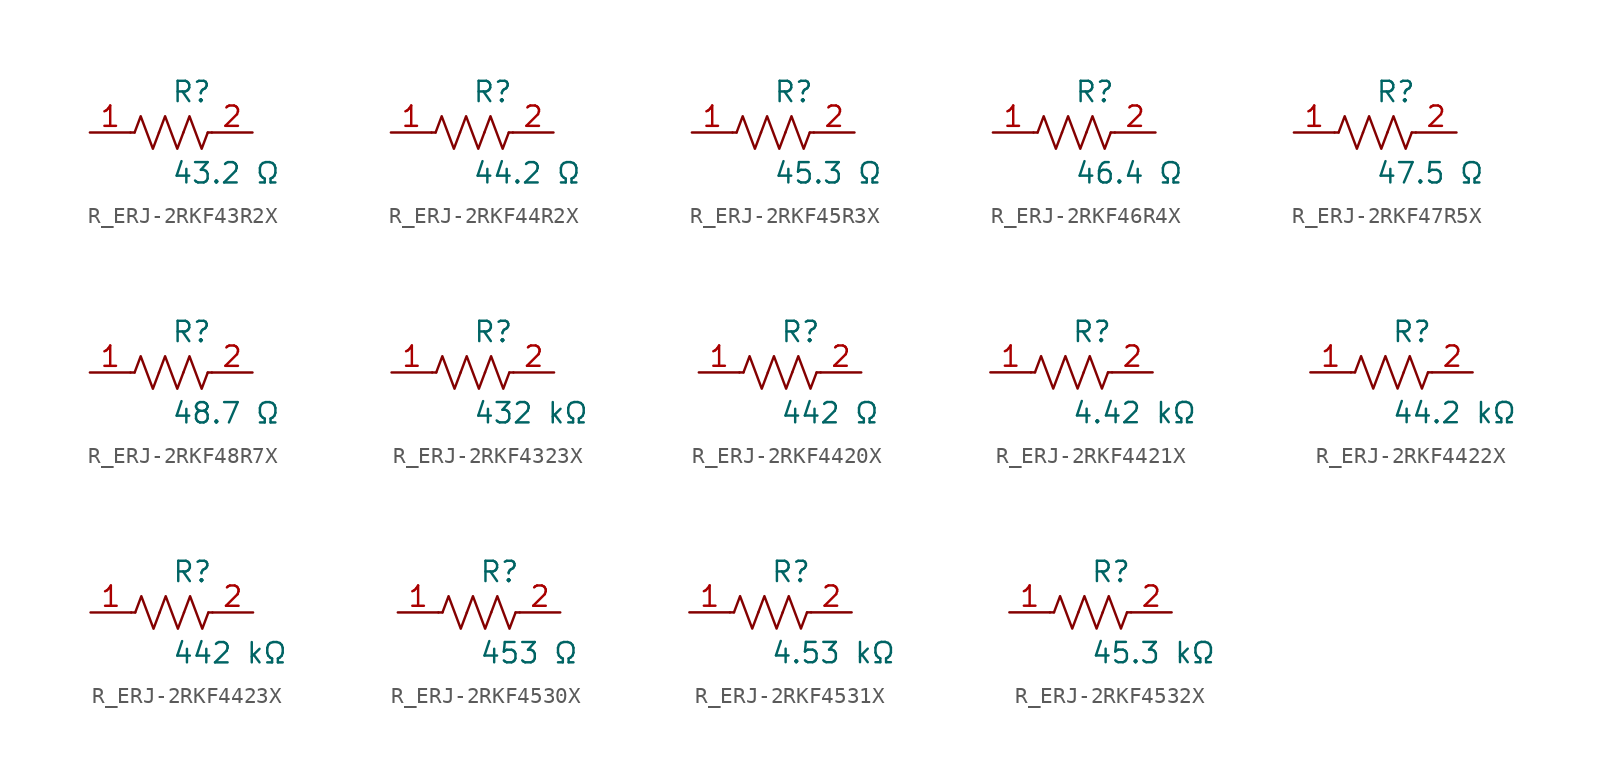
<source format=kicad_sym>
(kicad_symbol_lib
  (version 20231120)
  (generator kicad_symbol_editor)
  (generator_version 8.0)
  (symbol "R_ERJ-2RKF43R2X"
    (pin_names
      (offset 0.254))
    (property "Reference" "R"
      (at 0 2.54 0)
      (effects (font (size 1.27 1.27)) (justify left)))
    (property "Value" "43.2 Ω"
      (at 0 -2.54 0)
      (effects (font (size 1.27 1.27)) (justify left)))
    (symbol "R_ERJ-2RKF43R2X_0_1"
      (polyline (pts (xy 2.286 0) (xy 2.54 0)) (stroke (width 0) (type default)) (fill (type none)))
      (polyline (pts (xy -2.286 0) (xy -2.54 0)) (stroke (width 0) (type default)) (fill (type none)))
      (polyline (pts (xy 0.762 0) (xy 1.143 1.016) (xy 1.524 0) (xy 1.905 -1.016) (xy 2.286 0)) (stroke (width 0) (type default)) (fill (type none)))
      (polyline (pts (xy -0.762 0) (xy -0.381 1.016) (xy 0 0) (xy 0.381 -1.016) (xy 0.762 0)) (stroke (width 0) (type default)) (fill (type none)))
      (polyline (pts (xy -2.286 0) (xy -1.905 1.016) (xy -1.524 0) (xy -1.143 -1.016) (xy -0.762 0)) (stroke (width 0) (type default)) (fill (type none))))
    (pin unspecified line
      (at -5.08 0 0)
      (length 2.54)
      (name "" (effects (font (size 1.27 1.27))))
      (number "1" (effects (font (size 1.27 1.27)))))
    (pin unspecified line
      (at 5.08 0 180)
      (length 2.54)
      (name "" (effects (font (size 1.27 1.27))))
      (number "2" (effects (font (size 1.27 1.27))))))
  (symbol "R_ERJ-2RKF44R2X"
    (pin_names
      (offset 0.254))
    (property "Reference" "R"
      (at 0 2.54 0)
      (effects (font (size 1.27 1.27)) (justify left)))
    (property "Value" "44.2 Ω"
      (at 0 -2.54 0)
      (effects (font (size 1.27 1.27)) (justify left)))
    (symbol "R_ERJ-2RKF44R2X_0_1"
      (polyline (pts (xy 2.286 0) (xy 2.54 0)) (stroke (width 0) (type default)) (fill (type none)))
      (polyline (pts (xy -2.286 0) (xy -2.54 0)) (stroke (width 0) (type default)) (fill (type none)))
      (polyline (pts (xy 0.762 0) (xy 1.143 1.016) (xy 1.524 0) (xy 1.905 -1.016) (xy 2.286 0)) (stroke (width 0) (type default)) (fill (type none)))
      (polyline (pts (xy -0.762 0) (xy -0.381 1.016) (xy 0 0) (xy 0.381 -1.016) (xy 0.762 0)) (stroke (width 0) (type default)) (fill (type none)))
      (polyline (pts (xy -2.286 0) (xy -1.905 1.016) (xy -1.524 0) (xy -1.143 -1.016) (xy -0.762 0)) (stroke (width 0) (type default)) (fill (type none))))
    (pin unspecified line
      (at -5.08 0 0)
      (length 2.54)
      (name "" (effects (font (size 1.27 1.27))))
      (number "1" (effects (font (size 1.27 1.27)))))
    (pin unspecified line
      (at 5.08 0 180)
      (length 2.54)
      (name "" (effects (font (size 1.27 1.27))))
      (number "2" (effects (font (size 1.27 1.27))))))
  (symbol "R_ERJ-2RKF45R3X"
    (pin_names
      (offset 0.254))
    (property "Reference" "R"
      (at 0 2.54 0)
      (effects (font (size 1.27 1.27)) (justify left)))
    (property "Value" "45.3 Ω"
      (at 0 -2.54 0)
      (effects (font (size 1.27 1.27)) (justify left)))
    (symbol "R_ERJ-2RKF45R3X_0_1"
      (polyline (pts (xy 2.286 0) (xy 2.54 0)) (stroke (width 0) (type default)) (fill (type none)))
      (polyline (pts (xy -2.286 0) (xy -2.54 0)) (stroke (width 0) (type default)) (fill (type none)))
      (polyline (pts (xy 0.762 0) (xy 1.143 1.016) (xy 1.524 0) (xy 1.905 -1.016) (xy 2.286 0)) (stroke (width 0) (type default)) (fill (type none)))
      (polyline (pts (xy -0.762 0) (xy -0.381 1.016) (xy 0 0) (xy 0.381 -1.016) (xy 0.762 0)) (stroke (width 0) (type default)) (fill (type none)))
      (polyline (pts (xy -2.286 0) (xy -1.905 1.016) (xy -1.524 0) (xy -1.143 -1.016) (xy -0.762 0)) (stroke (width 0) (type default)) (fill (type none))))
    (pin unspecified line
      (at -5.08 0 0)
      (length 2.54)
      (name "" (effects (font (size 1.27 1.27))))
      (number "1" (effects (font (size 1.27 1.27)))))
    (pin unspecified line
      (at 5.08 0 180)
      (length 2.54)
      (name "" (effects (font (size 1.27 1.27))))
      (number "2" (effects (font (size 1.27 1.27))))))
  (symbol "R_ERJ-2RKF46R4X"
    (pin_names
      (offset 0.254))
    (property "Reference" "R"
      (at 0 2.54 0)
      (effects (font (size 1.27 1.27)) (justify left)))
    (property "Value" "46.4 Ω"
      (at 0 -2.54 0)
      (effects (font (size 1.27 1.27)) (justify left)))
    (symbol "R_ERJ-2RKF46R4X_0_1"
      (polyline (pts (xy 2.286 0) (xy 2.54 0)) (stroke (width 0) (type default)) (fill (type none)))
      (polyline (pts (xy -2.286 0) (xy -2.54 0)) (stroke (width 0) (type default)) (fill (type none)))
      (polyline (pts (xy 0.762 0) (xy 1.143 1.016) (xy 1.524 0) (xy 1.905 -1.016) (xy 2.286 0)) (stroke (width 0) (type default)) (fill (type none)))
      (polyline (pts (xy -0.762 0) (xy -0.381 1.016) (xy 0 0) (xy 0.381 -1.016) (xy 0.762 0)) (stroke (width 0) (type default)) (fill (type none)))
      (polyline (pts (xy -2.286 0) (xy -1.905 1.016) (xy -1.524 0) (xy -1.143 -1.016) (xy -0.762 0)) (stroke (width 0) (type default)) (fill (type none))))
    (pin unspecified line
      (at -5.08 0 0)
      (length 2.54)
      (name "" (effects (font (size 1.27 1.27))))
      (number "1" (effects (font (size 1.27 1.27)))))
    (pin unspecified line
      (at 5.08 0 180)
      (length 2.54)
      (name "" (effects (font (size 1.27 1.27))))
      (number "2" (effects (font (size 1.27 1.27))))))
  (symbol "R_ERJ-2RKF47R5X"
    (pin_names
      (offset 0.254))
    (property "Reference" "R"
      (at 0 2.54 0)
      (effects (font (size 1.27 1.27)) (justify left)))
    (property "Value" "47.5 Ω"
      (at 0 -2.54 0)
      (effects (font (size 1.27 1.27)) (justify left)))
    (symbol "R_ERJ-2RKF47R5X_0_1"
      (polyline (pts (xy 2.286 0) (xy 2.54 0)) (stroke (width 0) (type default)) (fill (type none)))
      (polyline (pts (xy -2.286 0) (xy -2.54 0)) (stroke (width 0) (type default)) (fill (type none)))
      (polyline (pts (xy 0.762 0) (xy 1.143 1.016) (xy 1.524 0) (xy 1.905 -1.016) (xy 2.286 0)) (stroke (width 0) (type default)) (fill (type none)))
      (polyline (pts (xy -0.762 0) (xy -0.381 1.016) (xy 0 0) (xy 0.381 -1.016) (xy 0.762 0)) (stroke (width 0) (type default)) (fill (type none)))
      (polyline (pts (xy -2.286 0) (xy -1.905 1.016) (xy -1.524 0) (xy -1.143 -1.016) (xy -0.762 0)) (stroke (width 0) (type default)) (fill (type none))))
    (pin unspecified line
      (at -5.08 0 0)
      (length 2.54)
      (name "" (effects (font (size 1.27 1.27))))
      (number "1" (effects (font (size 1.27 1.27)))))
    (pin unspecified line
      (at 5.08 0 180)
      (length 2.54)
      (name "" (effects (font (size 1.27 1.27))))
      (number "2" (effects (font (size 1.27 1.27))))))
  (symbol "R_ERJ-2RKF48R7X"
    (pin_names
      (offset 0.254))
    (property "Reference" "R"
      (at 0 2.54 0)
      (effects (font (size 1.27 1.27)) (justify left)))
    (property "Value" "48.7 Ω"
      (at 0 -2.54 0)
      (effects (font (size 1.27 1.27)) (justify left)))
    (symbol "R_ERJ-2RKF48R7X_0_1"
      (polyline (pts (xy 2.286 0) (xy 2.54 0)) (stroke (width 0) (type default)) (fill (type none)))
      (polyline (pts (xy -2.286 0) (xy -2.54 0)) (stroke (width 0) (type default)) (fill (type none)))
      (polyline (pts (xy 0.762 0) (xy 1.143 1.016) (xy 1.524 0) (xy 1.905 -1.016) (xy 2.286 0)) (stroke (width 0) (type default)) (fill (type none)))
      (polyline (pts (xy -0.762 0) (xy -0.381 1.016) (xy 0 0) (xy 0.381 -1.016) (xy 0.762 0)) (stroke (width 0) (type default)) (fill (type none)))
      (polyline (pts (xy -2.286 0) (xy -1.905 1.016) (xy -1.524 0) (xy -1.143 -1.016) (xy -0.762 0)) (stroke (width 0) (type default)) (fill (type none))))
    (pin unspecified line
      (at -5.08 0 0)
      (length 2.54)
      (name "" (effects (font (size 1.27 1.27))))
      (number "1" (effects (font (size 1.27 1.27)))))
    (pin unspecified line
      (at 5.08 0 180)
      (length 2.54)
      (name "" (effects (font (size 1.27 1.27))))
      (number "2" (effects (font (size 1.27 1.27))))))
  (symbol "R_ERJ-2RKF4323X"
    (pin_names
      (offset 0.254))
    (property "Reference" "R"
      (at 0 2.54 0)
      (effects (font (size 1.27 1.27)) (justify left)))
    (property "Value" "432 kΩ"
      (at 0 -2.54 0)
      (effects (font (size 1.27 1.27)) (justify left)))
    (symbol "R_ERJ-2RKF4323X_0_1"
      (polyline (pts (xy 2.286 0) (xy 2.54 0)) (stroke (width 0) (type default)) (fill (type none)))
      (polyline (pts (xy -2.286 0) (xy -2.54 0)) (stroke (width 0) (type default)) (fill (type none)))
      (polyline (pts (xy 0.762 0) (xy 1.143 1.016) (xy 1.524 0) (xy 1.905 -1.016) (xy 2.286 0)) (stroke (width 0) (type default)) (fill (type none)))
      (polyline (pts (xy -0.762 0) (xy -0.381 1.016) (xy 0 0) (xy 0.381 -1.016) (xy 0.762 0)) (stroke (width 0) (type default)) (fill (type none)))
      (polyline (pts (xy -2.286 0) (xy -1.905 1.016) (xy -1.524 0) (xy -1.143 -1.016) (xy -0.762 0)) (stroke (width 0) (type default)) (fill (type none))))
    (pin unspecified line
      (at -5.08 0 0)
      (length 2.54)
      (name "" (effects (font (size 1.27 1.27))))
      (number "1" (effects (font (size 1.27 1.27)))))
    (pin unspecified line
      (at 5.08 0 180)
      (length 2.54)
      (name "" (effects (font (size 1.27 1.27))))
      (number "2" (effects (font (size 1.27 1.27))))))
  (symbol "R_ERJ-2RKF4420X"
    (pin_names
      (offset 0.254))
    (property "Reference" "R"
      (at 0 2.54 0)
      (effects (font (size 1.27 1.27)) (justify left)))
    (property "Value" "442 Ω"
      (at 0 -2.54 0)
      (effects (font (size 1.27 1.27)) (justify left)))
    (symbol "R_ERJ-2RKF4420X_0_1"
      (polyline (pts (xy 2.286 0) (xy 2.54 0)) (stroke (width 0) (type default)) (fill (type none)))
      (polyline (pts (xy -2.286 0) (xy -2.54 0)) (stroke (width 0) (type default)) (fill (type none)))
      (polyline (pts (xy 0.762 0) (xy 1.143 1.016) (xy 1.524 0) (xy 1.905 -1.016) (xy 2.286 0)) (stroke (width 0) (type default)) (fill (type none)))
      (polyline (pts (xy -0.762 0) (xy -0.381 1.016) (xy 0 0) (xy 0.381 -1.016) (xy 0.762 0)) (stroke (width 0) (type default)) (fill (type none)))
      (polyline (pts (xy -2.286 0) (xy -1.905 1.016) (xy -1.524 0) (xy -1.143 -1.016) (xy -0.762 0)) (stroke (width 0) (type default)) (fill (type none))))
    (pin unspecified line
      (at -5.08 0 0)
      (length 2.54)
      (name "" (effects (font (size 1.27 1.27))))
      (number "1" (effects (font (size 1.27 1.27)))))
    (pin unspecified line
      (at 5.08 0 180)
      (length 2.54)
      (name "" (effects (font (size 1.27 1.27))))
      (number "2" (effects (font (size 1.27 1.27))))))
  (symbol "R_ERJ-2RKF4421X"
    (pin_names
      (offset 0.254))
    (property "Reference" "R"
      (at 0 2.54 0)
      (effects (font (size 1.27 1.27)) (justify left)))
    (property "Value" "4.42 kΩ"
      (at 0 -2.54 0)
      (effects (font (size 1.27 1.27)) (justify left)))
    (symbol "R_ERJ-2RKF4421X_0_1"
      (polyline (pts (xy 2.286 0) (xy 2.54 0)) (stroke (width 0) (type default)) (fill (type none)))
      (polyline (pts (xy -2.286 0) (xy -2.54 0)) (stroke (width 0) (type default)) (fill (type none)))
      (polyline (pts (xy 0.762 0) (xy 1.143 1.016) (xy 1.524 0) (xy 1.905 -1.016) (xy 2.286 0)) (stroke (width 0) (type default)) (fill (type none)))
      (polyline (pts (xy -0.762 0) (xy -0.381 1.016) (xy 0 0) (xy 0.381 -1.016) (xy 0.762 0)) (stroke (width 0) (type default)) (fill (type none)))
      (polyline (pts (xy -2.286 0) (xy -1.905 1.016) (xy -1.524 0) (xy -1.143 -1.016) (xy -0.762 0)) (stroke (width 0) (type default)) (fill (type none))))
    (pin unspecified line
      (at -5.08 0 0)
      (length 2.54)
      (name "" (effects (font (size 1.27 1.27))))
      (number "1" (effects (font (size 1.27 1.27)))))
    (pin unspecified line
      (at 5.08 0 180)
      (length 2.54)
      (name "" (effects (font (size 1.27 1.27))))
      (number "2" (effects (font (size 1.27 1.27))))))
  (symbol "R_ERJ-2RKF4422X"
    (pin_names
      (offset 0.254))
    (property "Reference" "R"
      (at 0 2.54 0)
      (effects (font (size 1.27 1.27)) (justify left)))
    (property "Value" "44.2 kΩ"
      (at 0 -2.54 0)
      (effects (font (size 1.27 1.27)) (justify left)))
    (symbol "R_ERJ-2RKF4422X_0_1"
      (polyline (pts (xy 2.286 0) (xy 2.54 0)) (stroke (width 0) (type default)) (fill (type none)))
      (polyline (pts (xy -2.286 0) (xy -2.54 0)) (stroke (width 0) (type default)) (fill (type none)))
      (polyline (pts (xy 0.762 0) (xy 1.143 1.016) (xy 1.524 0) (xy 1.905 -1.016) (xy 2.286 0)) (stroke (width 0) (type default)) (fill (type none)))
      (polyline (pts (xy -0.762 0) (xy -0.381 1.016) (xy 0 0) (xy 0.381 -1.016) (xy 0.762 0)) (stroke (width 0) (type default)) (fill (type none)))
      (polyline (pts (xy -2.286 0) (xy -1.905 1.016) (xy -1.524 0) (xy -1.143 -1.016) (xy -0.762 0)) (stroke (width 0) (type default)) (fill (type none))))
    (pin unspecified line
      (at -5.08 0 0)
      (length 2.54)
      (name "" (effects (font (size 1.27 1.27))))
      (number "1" (effects (font (size 1.27 1.27)))))
    (pin unspecified line
      (at 5.08 0 180)
      (length 2.54)
      (name "" (effects (font (size 1.27 1.27))))
      (number "2" (effects (font (size 1.27 1.27))))))
  (symbol "R_ERJ-2RKF4423X"
    (pin_names
      (offset 0.254))
    (property "Reference" "R"
      (at 0 2.54 0)
      (effects (font (size 1.27 1.27)) (justify left)))
    (property "Value" "442 kΩ"
      (at 0 -2.54 0)
      (effects (font (size 1.27 1.27)) (justify left)))
    (symbol "R_ERJ-2RKF4423X_0_1"
      (polyline (pts (xy 2.286 0) (xy 2.54 0)) (stroke (width 0) (type default)) (fill (type none)))
      (polyline (pts (xy -2.286 0) (xy -2.54 0)) (stroke (width 0) (type default)) (fill (type none)))
      (polyline (pts (xy 0.762 0) (xy 1.143 1.016) (xy 1.524 0) (xy 1.905 -1.016) (xy 2.286 0)) (stroke (width 0) (type default)) (fill (type none)))
      (polyline (pts (xy -0.762 0) (xy -0.381 1.016) (xy 0 0) (xy 0.381 -1.016) (xy 0.762 0)) (stroke (width 0) (type default)) (fill (type none)))
      (polyline (pts (xy -2.286 0) (xy -1.905 1.016) (xy -1.524 0) (xy -1.143 -1.016) (xy -0.762 0)) (stroke (width 0) (type default)) (fill (type none))))
    (pin unspecified line
      (at -5.08 0 0)
      (length 2.54)
      (name "" (effects (font (size 1.27 1.27))))
      (number "1" (effects (font (size 1.27 1.27)))))
    (pin unspecified line
      (at 5.08 0 180)
      (length 2.54)
      (name "" (effects (font (size 1.27 1.27))))
      (number "2" (effects (font (size 1.27 1.27))))))
  (symbol "R_ERJ-2RKF4530X"
    (pin_names
      (offset 0.254))
    (property "Reference" "R"
      (at 0 2.54 0)
      (effects (font (size 1.27 1.27)) (justify left)))
    (property "Value" "453 Ω"
      (at 0 -2.54 0)
      (effects (font (size 1.27 1.27)) (justify left)))
    (symbol "R_ERJ-2RKF4530X_0_1"
      (polyline (pts (xy 2.286 0) (xy 2.54 0)) (stroke (width 0) (type default)) (fill (type none)))
      (polyline (pts (xy -2.286 0) (xy -2.54 0)) (stroke (width 0) (type default)) (fill (type none)))
      (polyline (pts (xy 0.762 0) (xy 1.143 1.016) (xy 1.524 0) (xy 1.905 -1.016) (xy 2.286 0)) (stroke (width 0) (type default)) (fill (type none)))
      (polyline (pts (xy -0.762 0) (xy -0.381 1.016) (xy 0 0) (xy 0.381 -1.016) (xy 0.762 0)) (stroke (width 0) (type default)) (fill (type none)))
      (polyline (pts (xy -2.286 0) (xy -1.905 1.016) (xy -1.524 0) (xy -1.143 -1.016) (xy -0.762 0)) (stroke (width 0) (type default)) (fill (type none))))
    (pin unspecified line
      (at -5.08 0 0)
      (length 2.54)
      (name "" (effects (font (size 1.27 1.27))))
      (number "1" (effects (font (size 1.27 1.27)))))
    (pin unspecified line
      (at 5.08 0 180)
      (length 2.54)
      (name "" (effects (font (size 1.27 1.27))))
      (number "2" (effects (font (size 1.27 1.27))))))
  (symbol "R_ERJ-2RKF4531X"
    (pin_names
      (offset 0.254))
    (property "Reference" "R"
      (at 0 2.54 0)
      (effects (font (size 1.27 1.27)) (justify left)))
    (property "Value" "4.53 kΩ"
      (at 0 -2.54 0)
      (effects (font (size 1.27 1.27)) (justify left)))
    (symbol "R_ERJ-2RKF4531X_0_1"
      (polyline (pts (xy 2.286 0) (xy 2.54 0)) (stroke (width 0) (type default)) (fill (type none)))
      (polyline (pts (xy -2.286 0) (xy -2.54 0)) (stroke (width 0) (type default)) (fill (type none)))
      (polyline (pts (xy 0.762 0) (xy 1.143 1.016) (xy 1.524 0) (xy 1.905 -1.016) (xy 2.286 0)) (stroke (width 0) (type default)) (fill (type none)))
      (polyline (pts (xy -0.762 0) (xy -0.381 1.016) (xy 0 0) (xy 0.381 -1.016) (xy 0.762 0)) (stroke (width 0) (type default)) (fill (type none)))
      (polyline (pts (xy -2.286 0) (xy -1.905 1.016) (xy -1.524 0) (xy -1.143 -1.016) (xy -0.762 0)) (stroke (width 0) (type default)) (fill (type none))))
    (pin unspecified line
      (at -5.08 0 0)
      (length 2.54)
      (name "" (effects (font (size 1.27 1.27))))
      (number "1" (effects (font (size 1.27 1.27)))))
    (pin unspecified line
      (at 5.08 0 180)
      (length 2.54)
      (name "" (effects (font (size 1.27 1.27))))
      (number "2" (effects (font (size 1.27 1.27))))))
  (symbol "R_ERJ-2RKF4532X"
    (pin_names
      (offset 0.254))
    (property "Reference" "R"
      (at 0 2.54 0)
      (effects (font (size 1.27 1.27)) (justify left)))
    (property "Value" "45.3 kΩ"
      (at 0 -2.54 0)
      (effects (font (size 1.27 1.27)) (justify left)))
    (symbol "R_ERJ-2RKF4532X_0_1"
      (polyline (pts (xy 2.286 0) (xy 2.54 0)) (stroke (width 0) (type default)) (fill (type none)))
      (polyline (pts (xy -2.286 0) (xy -2.54 0)) (stroke (width 0) (type default)) (fill (type none)))
      (polyline (pts (xy 0.762 0) (xy 1.143 1.016) (xy 1.524 0) (xy 1.905 -1.016) (xy 2.286 0)) (stroke (width 0) (type default)) (fill (type none)))
      (polyline (pts (xy -0.762 0) (xy -0.381 1.016) (xy 0 0) (xy 0.381 -1.016) (xy 0.762 0)) (stroke (width 0) (type default)) (fill (type none)))
      (polyline (pts (xy -2.286 0) (xy -1.905 1.016) (xy -1.524 0) (xy -1.143 -1.016) (xy -0.762 0)) (stroke (width 0) (type default)) (fill (type none))))
    (pin unspecified line
      (at -5.08 0 0)
      (length 2.54)
      (name "" (effects (font (size 1.27 1.27))))
      (number "1" (effects (font (size 1.27 1.27)))))
    (pin unspecified line
      (at 5.08 0 180)
      (length 2.54)
      (name "" (effects (font (size 1.27 1.27))))
      (number "2" (effects (font (size 1.27 1.27)))))))
</source>
